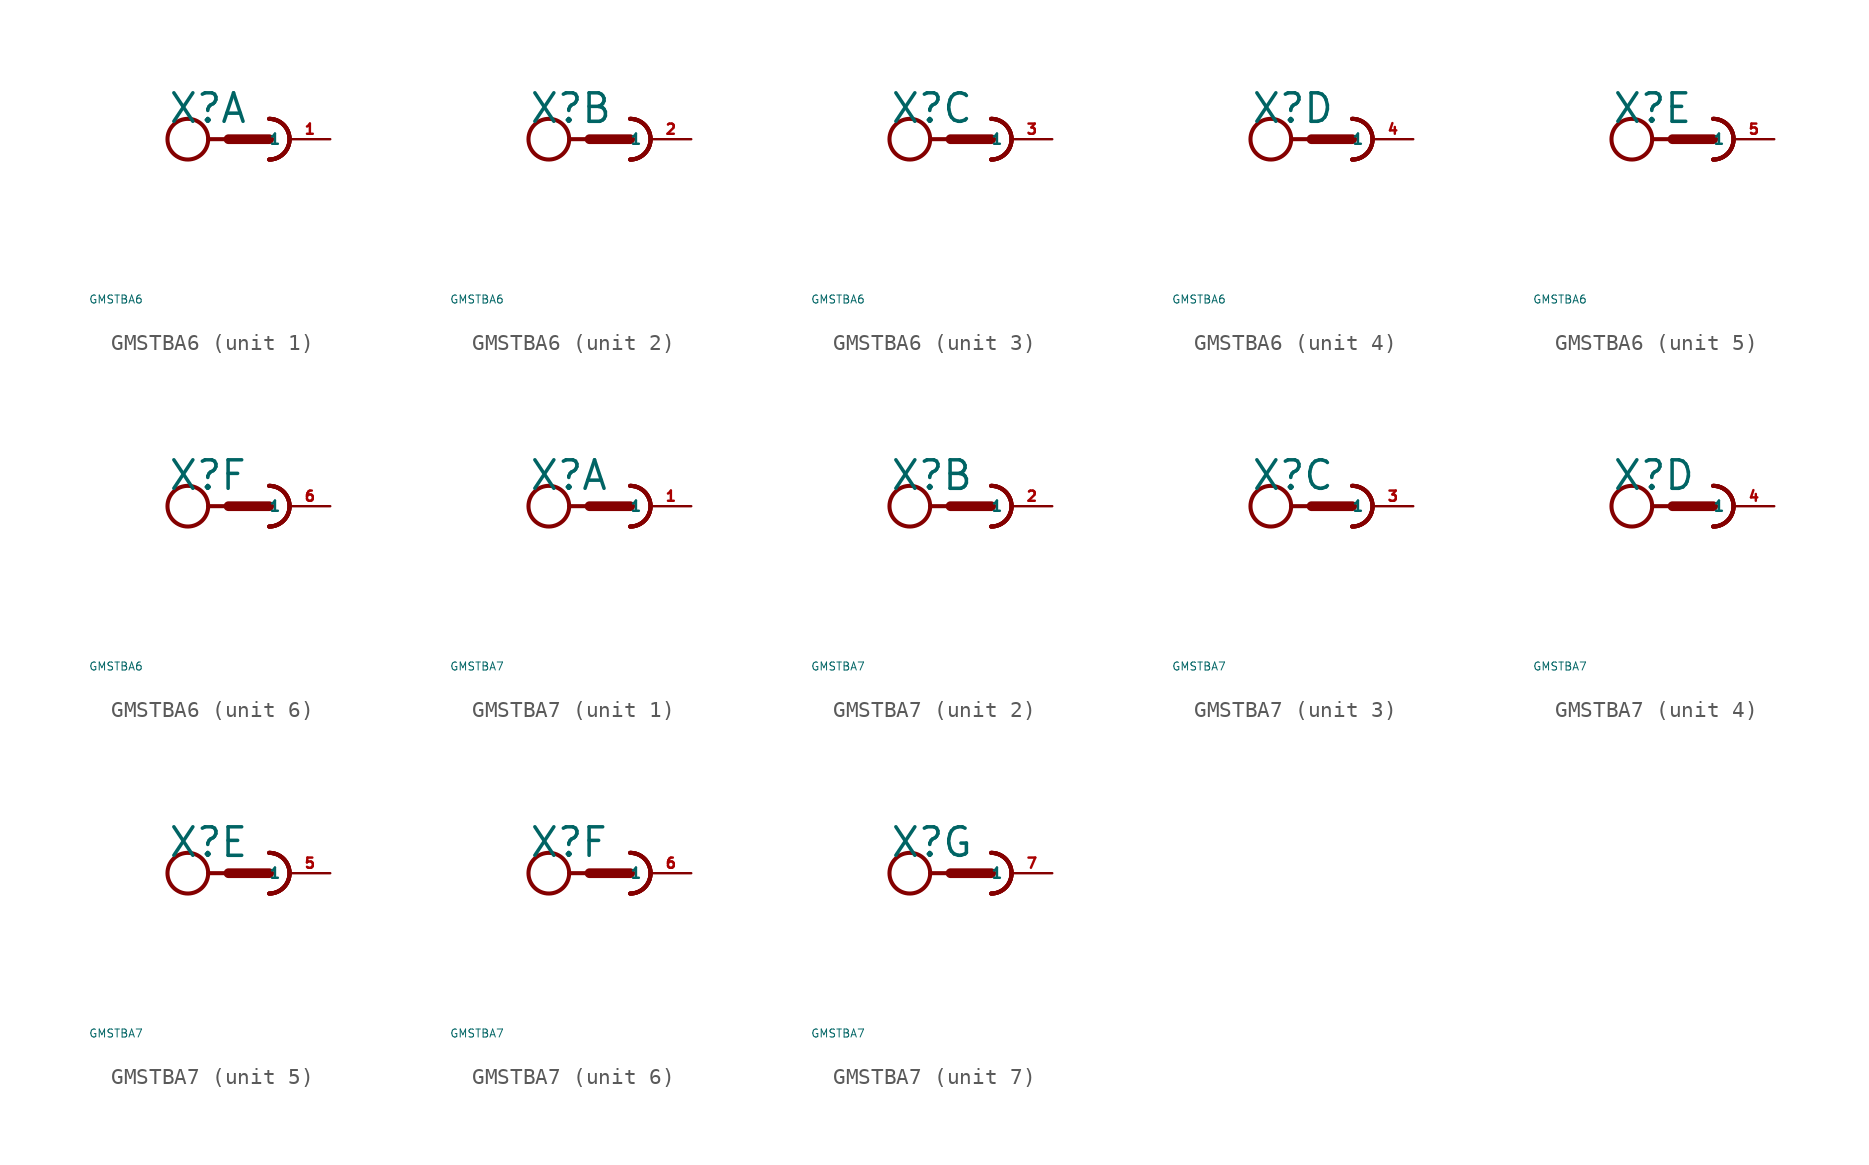
<source format=kicad_sym>
(kicad_symbol_lib
  (version 20220914)
  (generator Eagle2Kicad)
  (symbol "GMSTBA6"
    (property "Reference" "X"
      (at -5.08 0.889 0)
      (effects (font (size 1.778 1.778) (thickness 0.22)) (justify left bottom)))
    (property "Value" "GMSTBA6"
      (at -10 -10 0)
      (effects (font (size 0.5 0.5) (thickness 0.06)) (justify left)))
    (symbol "GMSTBA6_1_0"
      (arc (start 1.27 -1.27) (mid 2.540 0.000) (end 1.27 1.27) (stroke (width 0.254) (type default)) (fill (type none)))
      (arc (start 1.27 -1.27) (mid 2.540 0.000) (end 1.27 1.27) (stroke (width 0.254) (type default)) (fill (type none)))
      (arc (start 1.27 -1.27) (mid 2.540 0.000) (end 1.27 1.27) (stroke (width 0.254) (type default)) (fill (type none)))
      (polyline (pts (xy -2.54 0) (xy -1.27 0)) (stroke (width 0.254) (type default)) (fill (type none)))
      (polyline (pts (xy -1.27 0) (xy 1.27 0)) (stroke (width 0.61) (type default)) (fill (type none)))
      (arc (start 1.27 -1.27) (mid 2.540 0.000) (end 1.27 1.27) (stroke (width 0.254) (type default)) (fill (type none)))
      (circle (center -3.81 0) (radius 1.27) (stroke (width 0.254) (type default)) (fill (type none)))
      (pin passive line (at 5.08 0 180) (length 2.54) (name "1" (effects (font (size 0.635 0.635) (thickness 0.08)) (justify left bottom))) (number "1" (effects (font (size 0.635 0.635) (thickness 0.08)) (justify left bottom)))))
    (symbol "GMSTBA6_2_0"
      (arc (start 1.27 -1.27) (mid 2.540 0.000) (end 1.27 1.27) (stroke (width 0.254) (type default)) (fill (type none)))
      (arc (start 1.27 -1.27) (mid 2.540 0.000) (end 1.27 1.27) (stroke (width 0.254) (type default)) (fill (type none)))
      (arc (start 1.27 -1.27) (mid 2.540 0.000) (end 1.27 1.27) (stroke (width 0.254) (type default)) (fill (type none)))
      (polyline (pts (xy -2.54 0) (xy -1.27 0)) (stroke (width 0.254) (type default)) (fill (type none)))
      (polyline (pts (xy -1.27 0) (xy 1.27 0)) (stroke (width 0.61) (type default)) (fill (type none)))
      (arc (start 1.27 -1.27) (mid 2.540 0.000) (end 1.27 1.27) (stroke (width 0.254) (type default)) (fill (type none)))
      (circle (center -3.81 0) (radius 1.27) (stroke (width 0.254) (type default)) (fill (type none)))
      (pin passive line (at 5.08 0 180) (length 2.54) (name "1" (effects (font (size 0.635 0.635) (thickness 0.08)) (justify left bottom))) (number "2" (effects (font (size 0.635 0.635) (thickness 0.08)) (justify left bottom)))))
    (symbol "GMSTBA6_3_0"
      (arc (start 1.27 -1.27) (mid 2.540 0.000) (end 1.27 1.27) (stroke (width 0.254) (type default)) (fill (type none)))
      (arc (start 1.27 -1.27) (mid 2.540 0.000) (end 1.27 1.27) (stroke (width 0.254) (type default)) (fill (type none)))
      (arc (start 1.27 -1.27) (mid 2.540 0.000) (end 1.27 1.27) (stroke (width 0.254) (type default)) (fill (type none)))
      (polyline (pts (xy -2.54 0) (xy -1.27 0)) (stroke (width 0.254) (type default)) (fill (type none)))
      (polyline (pts (xy -1.27 0) (xy 1.27 0)) (stroke (width 0.61) (type default)) (fill (type none)))
      (arc (start 1.27 -1.27) (mid 2.540 0.000) (end 1.27 1.27) (stroke (width 0.254) (type default)) (fill (type none)))
      (circle (center -3.81 0) (radius 1.27) (stroke (width 0.254) (type default)) (fill (type none)))
      (pin passive line (at 5.08 0 180) (length 2.54) (name "1" (effects (font (size 0.635 0.635) (thickness 0.08)) (justify left bottom))) (number "3" (effects (font (size 0.635 0.635) (thickness 0.08)) (justify left bottom)))))
    (symbol "GMSTBA6_4_0"
      (arc (start 1.27 -1.27) (mid 2.540 0.000) (end 1.27 1.27) (stroke (width 0.254) (type default)) (fill (type none)))
      (arc (start 1.27 -1.27) (mid 2.540 0.000) (end 1.27 1.27) (stroke (width 0.254) (type default)) (fill (type none)))
      (arc (start 1.27 -1.27) (mid 2.540 0.000) (end 1.27 1.27) (stroke (width 0.254) (type default)) (fill (type none)))
      (polyline (pts (xy -2.54 0) (xy -1.27 0)) (stroke (width 0.254) (type default)) (fill (type none)))
      (polyline (pts (xy -1.27 0) (xy 1.27 0)) (stroke (width 0.61) (type default)) (fill (type none)))
      (arc (start 1.27 -1.27) (mid 2.540 0.000) (end 1.27 1.27) (stroke (width 0.254) (type default)) (fill (type none)))
      (circle (center -3.81 0) (radius 1.27) (stroke (width 0.254) (type default)) (fill (type none)))
      (pin passive line (at 5.08 0 180) (length 2.54) (name "1" (effects (font (size 0.635 0.635) (thickness 0.08)) (justify left bottom))) (number "4" (effects (font (size 0.635 0.635) (thickness 0.08)) (justify left bottom)))))
    (symbol "GMSTBA6_5_0"
      (arc (start 1.27 -1.27) (mid 2.540 0.000) (end 1.27 1.27) (stroke (width 0.254) (type default)) (fill (type none)))
      (arc (start 1.27 -1.27) (mid 2.540 0.000) (end 1.27 1.27) (stroke (width 0.254) (type default)) (fill (type none)))
      (arc (start 1.27 -1.27) (mid 2.540 0.000) (end 1.27 1.27) (stroke (width 0.254) (type default)) (fill (type none)))
      (polyline (pts (xy -2.54 0) (xy -1.27 0)) (stroke (width 0.254) (type default)) (fill (type none)))
      (polyline (pts (xy -1.27 0) (xy 1.27 0)) (stroke (width 0.61) (type default)) (fill (type none)))
      (arc (start 1.27 -1.27) (mid 2.540 0.000) (end 1.27 1.27) (stroke (width 0.254) (type default)) (fill (type none)))
      (circle (center -3.81 0) (radius 1.27) (stroke (width 0.254) (type default)) (fill (type none)))
      (pin passive line (at 5.08 0 180) (length 2.54) (name "1" (effects (font (size 0.635 0.635) (thickness 0.08)) (justify left bottom))) (number "5" (effects (font (size 0.635 0.635) (thickness 0.08)) (justify left bottom)))))
    (symbol "GMSTBA6_6_0"
      (arc (start 1.27 -1.27) (mid 2.540 0.000) (end 1.27 1.27) (stroke (width 0.254) (type default)) (fill (type none)))
      (arc (start 1.27 -1.27) (mid 2.540 0.000) (end 1.27 1.27) (stroke (width 0.254) (type default)) (fill (type none)))
      (arc (start 1.27 -1.27) (mid 2.540 0.000) (end 1.27 1.27) (stroke (width 0.254) (type default)) (fill (type none)))
      (polyline (pts (xy -2.54 0) (xy -1.27 0)) (stroke (width 0.254) (type default)) (fill (type none)))
      (polyline (pts (xy -1.27 0) (xy 1.27 0)) (stroke (width 0.61) (type default)) (fill (type none)))
      (arc (start 1.27 -1.27) (mid 2.540 0.000) (end 1.27 1.27) (stroke (width 0.254) (type default)) (fill (type none)))
      (circle (center -3.81 0) (radius 1.27) (stroke (width 0.254) (type default)) (fill (type none)))
      (pin passive line (at 5.08 0 180) (length 2.54) (name "1" (effects (font (size 0.635 0.635) (thickness 0.08)) (justify left bottom))) (number "6" (effects (font (size 0.635 0.635) (thickness 0.08)) (justify left bottom))))))
  (symbol "GMSTBA7"
    (property "Reference" "X"
      (at -5.08 0.889 0)
      (effects (font (size 1.778 1.778) (thickness 0.22)) (justify left bottom)))
    (property "Value" "GMSTBA7"
      (at -10 -10 0)
      (effects (font (size 0.5 0.5) (thickness 0.06)) (justify left)))
    (symbol "GMSTBA7_1_0"
      (arc (start 1.27 -1.27) (mid 2.540 0.000) (end 1.27 1.27) (stroke (width 0.254) (type default)) (fill (type none)))
      (arc (start 1.27 -1.27) (mid 2.540 0.000) (end 1.27 1.27) (stroke (width 0.254) (type default)) (fill (type none)))
      (arc (start 1.27 -1.27) (mid 2.540 0.000) (end 1.27 1.27) (stroke (width 0.254) (type default)) (fill (type none)))
      (polyline (pts (xy -2.54 0) (xy -1.27 0)) (stroke (width 0.254) (type default)) (fill (type none)))
      (polyline (pts (xy -1.27 0) (xy 1.27 0)) (stroke (width 0.61) (type default)) (fill (type none)))
      (arc (start 1.27 -1.27) (mid 2.540 0.000) (end 1.27 1.27) (stroke (width 0.254) (type default)) (fill (type none)))
      (circle (center -3.81 0) (radius 1.27) (stroke (width 0.254) (type default)) (fill (type none)))
      (pin passive line (at 5.08 0 180) (length 2.54) (name "1" (effects (font (size 0.635 0.635) (thickness 0.08)) (justify left bottom))) (number "1" (effects (font (size 0.635 0.635) (thickness 0.08)) (justify left bottom)))))
    (symbol "GMSTBA7_2_0"
      (arc (start 1.27 -1.27) (mid 2.540 0.000) (end 1.27 1.27) (stroke (width 0.254) (type default)) (fill (type none)))
      (arc (start 1.27 -1.27) (mid 2.540 0.000) (end 1.27 1.27) (stroke (width 0.254) (type default)) (fill (type none)))
      (arc (start 1.27 -1.27) (mid 2.540 0.000) (end 1.27 1.27) (stroke (width 0.254) (type default)) (fill (type none)))
      (polyline (pts (xy -2.54 0) (xy -1.27 0)) (stroke (width 0.254) (type default)) (fill (type none)))
      (polyline (pts (xy -1.27 0) (xy 1.27 0)) (stroke (width 0.61) (type default)) (fill (type none)))
      (arc (start 1.27 -1.27) (mid 2.540 0.000) (end 1.27 1.27) (stroke (width 0.254) (type default)) (fill (type none)))
      (circle (center -3.81 0) (radius 1.27) (stroke (width 0.254) (type default)) (fill (type none)))
      (pin passive line (at 5.08 0 180) (length 2.54) (name "1" (effects (font (size 0.635 0.635) (thickness 0.08)) (justify left bottom))) (number "2" (effects (font (size 0.635 0.635) (thickness 0.08)) (justify left bottom)))))
    (symbol "GMSTBA7_3_0"
      (arc (start 1.27 -1.27) (mid 2.540 0.000) (end 1.27 1.27) (stroke (width 0.254) (type default)) (fill (type none)))
      (arc (start 1.27 -1.27) (mid 2.540 0.000) (end 1.27 1.27) (stroke (width 0.254) (type default)) (fill (type none)))
      (arc (start 1.27 -1.27) (mid 2.540 0.000) (end 1.27 1.27) (stroke (width 0.254) (type default)) (fill (type none)))
      (polyline (pts (xy -2.54 0) (xy -1.27 0)) (stroke (width 0.254) (type default)) (fill (type none)))
      (polyline (pts (xy -1.27 0) (xy 1.27 0)) (stroke (width 0.61) (type default)) (fill (type none)))
      (arc (start 1.27 -1.27) (mid 2.540 0.000) (end 1.27 1.27) (stroke (width 0.254) (type default)) (fill (type none)))
      (circle (center -3.81 0) (radius 1.27) (stroke (width 0.254) (type default)) (fill (type none)))
      (pin passive line (at 5.08 0 180) (length 2.54) (name "1" (effects (font (size 0.635 0.635) (thickness 0.08)) (justify left bottom))) (number "3" (effects (font (size 0.635 0.635) (thickness 0.08)) (justify left bottom)))))
    (symbol "GMSTBA7_4_0"
      (arc (start 1.27 -1.27) (mid 2.540 0.000) (end 1.27 1.27) (stroke (width 0.254) (type default)) (fill (type none)))
      (arc (start 1.27 -1.27) (mid 2.540 0.000) (end 1.27 1.27) (stroke (width 0.254) (type default)) (fill (type none)))
      (arc (start 1.27 -1.27) (mid 2.540 0.000) (end 1.27 1.27) (stroke (width 0.254) (type default)) (fill (type none)))
      (polyline (pts (xy -2.54 0) (xy -1.27 0)) (stroke (width 0.254) (type default)) (fill (type none)))
      (polyline (pts (xy -1.27 0) (xy 1.27 0)) (stroke (width 0.61) (type default)) (fill (type none)))
      (arc (start 1.27 -1.27) (mid 2.540 0.000) (end 1.27 1.27) (stroke (width 0.254) (type default)) (fill (type none)))
      (circle (center -3.81 0) (radius 1.27) (stroke (width 0.254) (type default)) (fill (type none)))
      (pin passive line (at 5.08 0 180) (length 2.54) (name "1" (effects (font (size 0.635 0.635) (thickness 0.08)) (justify left bottom))) (number "4" (effects (font (size 0.635 0.635) (thickness 0.08)) (justify left bottom)))))
    (symbol "GMSTBA7_5_0"
      (arc (start 1.27 -1.27) (mid 2.540 0.000) (end 1.27 1.27) (stroke (width 0.254) (type default)) (fill (type none)))
      (arc (start 1.27 -1.27) (mid 2.540 0.000) (end 1.27 1.27) (stroke (width 0.254) (type default)) (fill (type none)))
      (arc (start 1.27 -1.27) (mid 2.540 0.000) (end 1.27 1.27) (stroke (width 0.254) (type default)) (fill (type none)))
      (polyline (pts (xy -2.54 0) (xy -1.27 0)) (stroke (width 0.254) (type default)) (fill (type none)))
      (polyline (pts (xy -1.27 0) (xy 1.27 0)) (stroke (width 0.61) (type default)) (fill (type none)))
      (arc (start 1.27 -1.27) (mid 2.540 0.000) (end 1.27 1.27) (stroke (width 0.254) (type default)) (fill (type none)))
      (circle (center -3.81 0) (radius 1.27) (stroke (width 0.254) (type default)) (fill (type none)))
      (pin passive line (at 5.08 0 180) (length 2.54) (name "1" (effects (font (size 0.635 0.635) (thickness 0.08)) (justify left bottom))) (number "5" (effects (font (size 0.635 0.635) (thickness 0.08)) (justify left bottom)))))
    (symbol "GMSTBA7_6_0"
      (arc (start 1.27 -1.27) (mid 2.540 0.000) (end 1.27 1.27) (stroke (width 0.254) (type default)) (fill (type none)))
      (arc (start 1.27 -1.27) (mid 2.540 0.000) (end 1.27 1.27) (stroke (width 0.254) (type default)) (fill (type none)))
      (arc (start 1.27 -1.27) (mid 2.540 0.000) (end 1.27 1.27) (stroke (width 0.254) (type default)) (fill (type none)))
      (polyline (pts (xy -2.54 0) (xy -1.27 0)) (stroke (width 0.254) (type default)) (fill (type none)))
      (polyline (pts (xy -1.27 0) (xy 1.27 0)) (stroke (width 0.61) (type default)) (fill (type none)))
      (arc (start 1.27 -1.27) (mid 2.540 0.000) (end 1.27 1.27) (stroke (width 0.254) (type default)) (fill (type none)))
      (circle (center -3.81 0) (radius 1.27) (stroke (width 0.254) (type default)) (fill (type none)))
      (pin passive line (at 5.08 0 180) (length 2.54) (name "1" (effects (font (size 0.635 0.635) (thickness 0.08)) (justify left bottom))) (number "6" (effects (font (size 0.635 0.635) (thickness 0.08)) (justify left bottom)))))
    (symbol "GMSTBA7_7_0"
      (arc (start 1.27 -1.27) (mid 2.540 0.000) (end 1.27 1.27) (stroke (width 0.254) (type default)) (fill (type none)))
      (arc (start 1.27 -1.27) (mid 2.540 0.000) (end 1.27 1.27) (stroke (width 0.254) (type default)) (fill (type none)))
      (arc (start 1.27 -1.27) (mid 2.540 0.000) (end 1.27 1.27) (stroke (width 0.254) (type default)) (fill (type none)))
      (polyline (pts (xy -2.54 0) (xy -1.27 0)) (stroke (width 0.254) (type default)) (fill (type none)))
      (polyline (pts (xy -1.27 0) (xy 1.27 0)) (stroke (width 0.61) (type default)) (fill (type none)))
      (arc (start 1.27 -1.27) (mid 2.540 0.000) (end 1.27 1.27) (stroke (width 0.254) (type default)) (fill (type none)))
      (circle (center -3.81 0) (radius 1.27) (stroke (width 0.254) (type default)) (fill (type none)))
      (pin passive line (at 5.08 0 180) (length 2.54) (name "1" (effects (font (size 0.635 0.635) (thickness 0.08)) (justify left bottom))) (number "7" (effects (font (size 0.635 0.635) (thickness 0.08)) (justify left bottom)))))))
</source>
